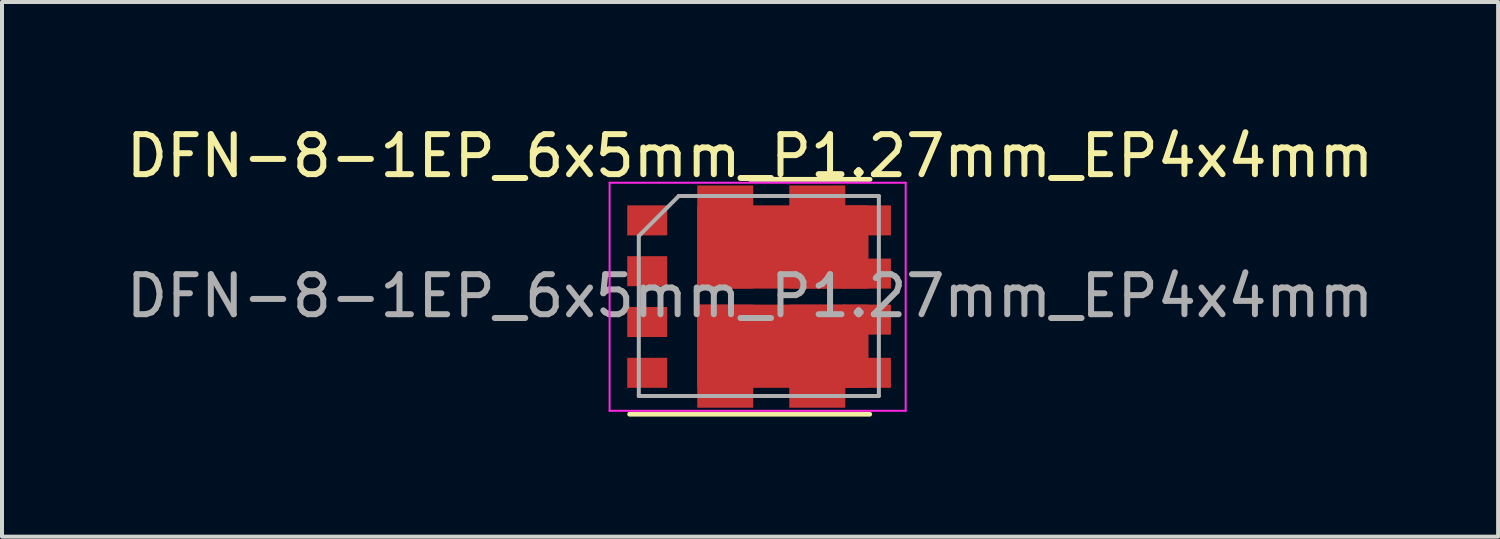
<source format=kicad_pcb>
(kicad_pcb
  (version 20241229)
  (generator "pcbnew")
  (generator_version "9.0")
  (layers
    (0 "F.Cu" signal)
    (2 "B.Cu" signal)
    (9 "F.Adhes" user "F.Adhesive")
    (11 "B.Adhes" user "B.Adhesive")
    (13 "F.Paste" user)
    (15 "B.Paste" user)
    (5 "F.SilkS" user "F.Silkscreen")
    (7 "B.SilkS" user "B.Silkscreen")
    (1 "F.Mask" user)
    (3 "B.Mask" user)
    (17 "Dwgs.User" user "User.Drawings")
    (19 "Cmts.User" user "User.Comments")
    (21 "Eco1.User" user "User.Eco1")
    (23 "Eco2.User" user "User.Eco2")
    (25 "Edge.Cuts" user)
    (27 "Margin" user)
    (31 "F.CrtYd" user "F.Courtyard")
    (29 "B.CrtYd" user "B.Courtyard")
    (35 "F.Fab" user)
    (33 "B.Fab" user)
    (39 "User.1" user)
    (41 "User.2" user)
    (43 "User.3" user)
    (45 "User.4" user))
  (footprint "DFN-8-1EP_6x5mm_P1.27mm_EP4x4mm"
    (layer "F.Cu")
    (at 18.697 4.363)
    (property "Reference" "DFN-8-1EP_6x5mm_P1.27mm_EP4x4mm" (at -3.001 -3.515 0) (layer "F.SilkS") (effects (font (size 1 1) (thickness 0.15))))
    (attr smd)
    (fp_line (start -6.01 2.94) (end -0.01 2.94) (stroke (width 0.12) (type solid)) (layer "F.SilkS"))
    (fp_line (start -3.001 -2.93) (end -0.001 -2.93) (stroke (width 0.12) (type solid)) (layer "F.SilkS"))
    (fp_line (start -6.511 -2.845) (end 0.889 -2.845) (stroke (width 0.05) (type solid)) (layer "F.CrtYd"))
    (fp_line (start -6.511 2.855) (end -6.511 -2.845) (stroke (width 0.05) (type solid)) (layer "F.CrtYd"))
    (fp_line (start 0.889 -2.845) (end 0.889 2.855) (stroke (width 0.05) (type solid)) (layer "F.CrtYd"))
    (fp_line (start 0.889 2.855) (end -6.511 2.855) (stroke (width 0.05) (type solid)) (layer "F.CrtYd"))
    (fp_line (start -5.781 2.485) (end -5.781 -1.515) (stroke (width 0.1) (type solid)) (layer "F.Fab"))
    (fp_line (start -4.781 -2.515) (end -5.781 -1.515) (stroke (width 0.1) (type solid)) (layer "F.Fab"))
    (fp_line (start -4.781 -2.515) (end 0.219 -2.515) (stroke (width 0.1) (type solid)) (layer "F.Fab"))
    (fp_line (start 0.219 -2.515) (end 0.219 2.485) (stroke (width 0.1) (type solid)) (layer "F.Fab"))
    (fp_line (start 0.219 2.485) (end -5.781 2.485) (stroke (width 0.1) (type solid)) (layer "F.Fab"))
    (fp_text user "${REFERENCE}" (at -3.001 -0.015 0) (layer "F.Fab") (effects (font (size 1 1) (thickness 0.15))))
    (pad "" smd rect (at -3.62 -2.1) (size 0.8 1) (layers "F.Cu" "F.Paste"))
    (pad "" smd rect (at -3.62 -0.82 90) (size 1 0.8) (layers "F.Cu" "F.Paste"))
    (pad "" smd rect (at -3.62 0.82 270) (size 1 0.8) (layers "F.Cu" "F.Paste"))
    (pad "" smd rect (at -3.62 2.1 180) (size 0.8 1) (layers "F.Cu" "F.Paste"))
    (pad "" smd rect (at -2.46 -1.75 270) (size 0.8 0.8) (layers "F.Cu" "F.Paste"))
    (pad "" smd rect (at -2.46 -0.72 270) (size 0.8 0.8) (layers "F.Cu" "F.Paste"))
    (pad "" smd rect (at -2.46 0.72 90) (size 0.8 0.8) (layers "F.Cu" "F.Paste"))
    (pad "" smd rect (at -2.46 1.75 90) (size 0.8 0.8) (layers "F.Cu" "F.Paste"))
    (pad "" smd rect (at -1.33 -2.1) (size 0.8 1) (layers "F.Cu" "F.Paste"))
    (pad "" smd rect (at -1.33 -0.82 90) (size 1 0.8) (layers "F.Cu" "F.Paste"))
    (pad "" smd rect (at -1.33 0.82 270) (size 1 0.8) (layers "F.Cu" "F.Paste"))
    (pad "" smd rect (at -1.33 2.1 180) (size 0.8 1) (layers "F.Cu" "F.Paste"))
    (pad "1" smd rect (at -5.57 -1.905 270) (size 0.75 1) (layers "F.Cu" "F.Mask" "F.Paste"))
    (pad "2" smd rect (at -5.57 -0.635 270) (size 0.75 1) (layers "F.Cu" "F.Mask" "F.Paste"))
    (pad "3" smd rect (at -5.57 0.635 270) (size 0.75 1) (layers "F.Cu" "F.Mask" "F.Paste"))
    (pad "4" smd rect (at -5.57 1.905 270) (size 0.75 1) (layers "F.Cu" "F.Mask" "F.Paste"))
    (pad "5" smd rect (at -3.62 1.49) (size 1.4 2.575) (layers "F.Cu" "F.Mask"))
    (pad "5" smd rect (at -2.18 1.24 90) (size 2.08 4.28) (layers "F.Cu" "F.Mask"))
    (pad "5" smd rect (at -1.32 1.49) (size 1.4 2.575) (layers "F.Cu" "F.Mask"))
    (pad "5" smd rect (at -0.08 0.575 270) (size 0.75 1.2) (layers "F.Cu" "F.Mask" "F.Paste"))
    (pad "5" smd rect (at -0.08 1.905 270) (size 0.75 1.2) (layers "F.Cu" "F.Mask" "F.Paste"))
    (pad "8" smd rect (at -3.62 -1.49) (size 1.4 2.575) (layers "F.Cu" "F.Mask"))
    (pad "8" smd rect (at -2.18 -1.24 90) (size 2.08 4.28) (layers "F.Cu" "F.Mask"))
    (pad "8" smd rect (at -1.32 -1.49) (size 1.4 2.575) (layers "F.Cu" "F.Mask"))
    (pad "8" smd rect (at -0.08 -1.905 270) (size 0.75 1.2) (layers "F.Cu" "F.Mask" "F.Paste"))
    (pad "8" smd rect (at -0.08 -0.575 270) (size 0.75 1.2) (layers "F.Cu" "F.Mask" "F.Paste")))
  (gr_rect
    (start -3 -3)
    (end 34.393 10.363)
    (stroke (width 0.1) (type default))
    (fill no)
    (layer "Edge.Cuts")))
</source>
